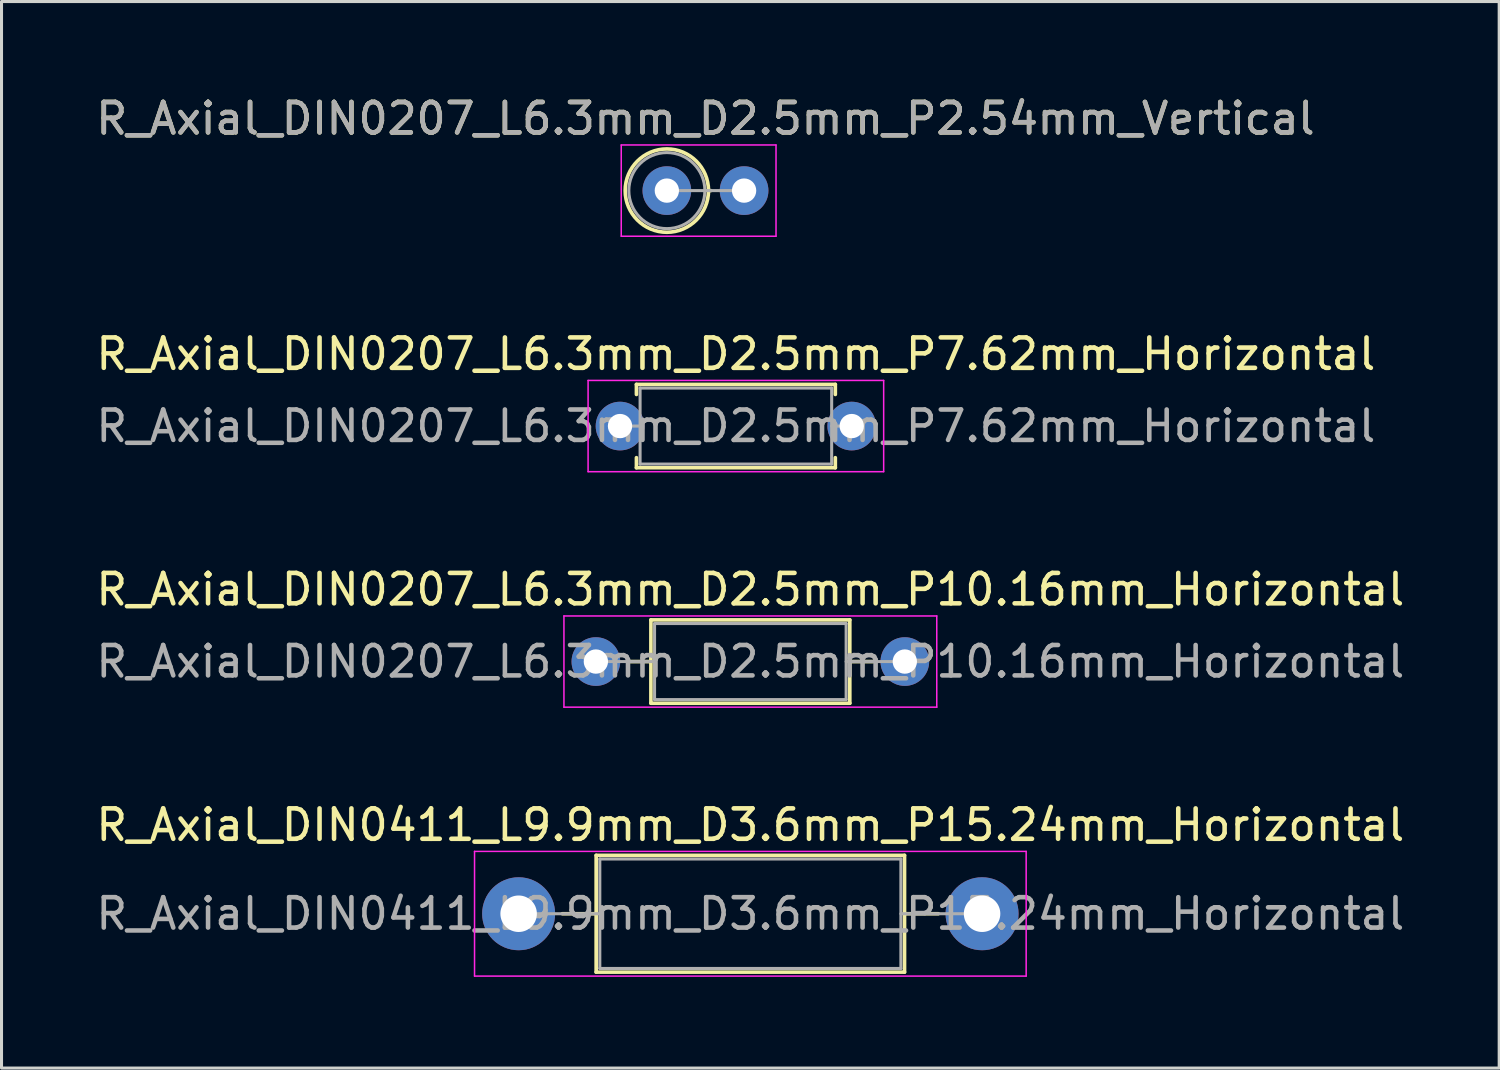
<source format=kicad_pcb>
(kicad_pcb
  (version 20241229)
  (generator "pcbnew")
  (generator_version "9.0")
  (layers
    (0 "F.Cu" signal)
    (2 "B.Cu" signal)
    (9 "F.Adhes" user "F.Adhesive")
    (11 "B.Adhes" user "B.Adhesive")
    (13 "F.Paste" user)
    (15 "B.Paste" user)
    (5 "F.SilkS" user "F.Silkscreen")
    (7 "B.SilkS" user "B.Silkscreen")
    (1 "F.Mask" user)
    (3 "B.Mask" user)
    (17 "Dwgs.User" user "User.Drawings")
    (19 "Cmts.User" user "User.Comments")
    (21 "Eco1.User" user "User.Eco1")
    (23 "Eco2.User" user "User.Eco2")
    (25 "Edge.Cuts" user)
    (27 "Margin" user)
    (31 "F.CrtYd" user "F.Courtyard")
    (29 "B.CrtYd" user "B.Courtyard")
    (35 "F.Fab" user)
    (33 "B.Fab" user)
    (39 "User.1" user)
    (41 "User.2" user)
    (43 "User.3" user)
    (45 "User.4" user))
  (footprint "R_Axial_DIN0411_L9.9mm_D3.6mm_P15.24mm_Horizontal"
    (layer "F.Cu")
    (at 21.625 26.998)
    (property "Reference" "R_Axial_DIN0411_L9.9mm_D3.6mm_P15.24mm_Horizontal" (at 0 -2.92 0) (layer "F.SilkS") (effects (font (size 1 1) (thickness 0.15))))
    (attr through_hole)
    (fp_line (start -6.18 0) (end -5.07 0) (stroke (width 0.12) (type solid)) (layer "F.SilkS"))
    (fp_line (start -5.07 -1.92) (end -5.07 1.92) (stroke (width 0.12) (type solid)) (layer "F.SilkS"))
    (fp_line (start -5.07 1.92) (end 5.07 1.92) (stroke (width 0.12) (type solid)) (layer "F.SilkS"))
    (fp_line (start 5.07 -1.92) (end -5.07 -1.92) (stroke (width 0.12) (type solid)) (layer "F.SilkS"))
    (fp_line (start 5.07 1.92) (end 5.07 -1.92) (stroke (width 0.12) (type solid)) (layer "F.SilkS"))
    (fp_line (start 6.18 0) (end 5.07 0) (stroke (width 0.12) (type solid)) (layer "F.SilkS"))
    (fp_line (start -9.07 -2.05) (end -9.07 2.05) (stroke (width 0.05) (type solid)) (layer "F.CrtYd"))
    (fp_line (start -9.07 2.05) (end 9.07 2.05) (stroke (width 0.05) (type solid)) (layer "F.CrtYd"))
    (fp_line (start 9.07 -2.05) (end -9.07 -2.05) (stroke (width 0.05) (type solid)) (layer "F.CrtYd"))
    (fp_line (start 9.07 2.05) (end 9.07 -2.05) (stroke (width 0.05) (type solid)) (layer "F.CrtYd"))
    (fp_line (start -7.62 0) (end -4.95 0) (stroke (width 0.1) (type solid)) (layer "F.Fab"))
    (fp_line (start -4.95 -1.8) (end -4.95 1.8) (stroke (width 0.1) (type solid)) (layer "F.Fab"))
    (fp_line (start -4.95 1.8) (end 4.95 1.8) (stroke (width 0.1) (type solid)) (layer "F.Fab"))
    (fp_line (start 4.95 -1.8) (end -4.95 -1.8) (stroke (width 0.1) (type solid)) (layer "F.Fab"))
    (fp_line (start 4.95 1.8) (end 4.95 -1.8) (stroke (width 0.1) (type solid)) (layer "F.Fab"))
    (fp_line (start 7.62 0) (end 4.95 0) (stroke (width 0.1) (type solid)) (layer "F.Fab"))
    (fp_text user "${REFERENCE}" (at 0 0 0) (layer "F.Fab") (effects (font (size 1 1) (thickness 0.15))))
    (pad "1" thru_hole circle (at -7.62 0) (size 2.4 2.4) (drill 1.2) (layers "*.Cu" "*.Mask"))
    (pad "2" thru_hole oval (at 7.62 0) (size 2.4 2.4) (drill 1.2) (layers "*.Cu" "*.Mask")))
  (footprint "R_Axial_DIN0207_L6.3mm_D2.5mm_P7.62mm_Horizontal"
    (layer "F.Cu")
    (at 21.149 10.961)
    (property "Reference" "R_Axial_DIN0207_L6.3mm_D2.5mm_P7.62mm_Horizontal" (at 0 -2.37 0) (layer "F.SilkS") (effects (font (size 1 1) (thickness 0.15))))
    (attr through_hole)
    (fp_line (start -3.27 -1.37) (end 3.27 -1.37) (stroke (width 0.12) (type solid)) (layer "F.SilkS"))
    (fp_line (start -3.27 -1.04) (end -3.27 -1.37) (stroke (width 0.12) (type solid)) (layer "F.SilkS"))
    (fp_line (start -3.27 1.04) (end -3.27 1.37) (stroke (width 0.12) (type solid)) (layer "F.SilkS"))
    (fp_line (start -3.27 1.37) (end 3.27 1.37) (stroke (width 0.12) (type solid)) (layer "F.SilkS"))
    (fp_line (start 3.27 -1.37) (end 3.27 -1.04) (stroke (width 0.12) (type solid)) (layer "F.SilkS"))
    (fp_line (start 3.27 1.37) (end 3.27 1.04) (stroke (width 0.12) (type solid)) (layer "F.SilkS"))
    (fp_line (start -4.86 -1.5) (end -4.86 1.5) (stroke (width 0.05) (type solid)) (layer "F.CrtYd"))
    (fp_line (start -4.86 1.5) (end 4.86 1.5) (stroke (width 0.05) (type solid)) (layer "F.CrtYd"))
    (fp_line (start 4.86 -1.5) (end -4.86 -1.5) (stroke (width 0.05) (type solid)) (layer "F.CrtYd"))
    (fp_line (start 4.86 1.5) (end 4.86 -1.5) (stroke (width 0.05) (type solid)) (layer "F.CrtYd"))
    (fp_line (start -3.81 0) (end -3.15 0) (stroke (width 0.1) (type solid)) (layer "F.Fab"))
    (fp_line (start -3.15 -1.25) (end -3.15 1.25) (stroke (width 0.1) (type solid)) (layer "F.Fab"))
    (fp_line (start -3.15 1.25) (end 3.15 1.25) (stroke (width 0.1) (type solid)) (layer "F.Fab"))
    (fp_line (start 3.15 -1.25) (end -3.15 -1.25) (stroke (width 0.1) (type solid)) (layer "F.Fab"))
    (fp_line (start 3.15 1.25) (end 3.15 -1.25) (stroke (width 0.1) (type solid)) (layer "F.Fab"))
    (fp_line (start 3.81 0) (end 3.15 0) (stroke (width 0.1) (type solid)) (layer "F.Fab"))
    (fp_text user "${REFERENCE}" (at 0 0 0) (layer "F.Fab") (effects (font (size 1 1) (thickness 0.15))))
    (pad "1" thru_hole circle (at -3.81 0) (size 1.6 1.6) (drill 0.8) (layers "*.Cu" "*.Mask"))
    (pad "2" thru_hole oval (at 3.81 0) (size 1.6 1.6) (drill 0.8) (layers "*.Cu" "*.Mask")))
  (footprint "R_Axial_DIN0207_L6.3mm_D2.5mm_P2.54mm_Vertical"
    (layer "F.Cu")
    (at 20.149 3.218)
    (property "Reference" "R_Axial_DIN0207_L6.3mm_D2.5mm_P2.54mm_Vertical" (at 0 -2.37 0) (layer "F.SilkS") (effects (font (size 1 1) (thickness 0.15))))
    (attr through_hole)
    (fp_line (start 0.1 0) (end 0.17 0) (stroke (width 0.12) (type solid)) (layer "F.SilkS"))
    (fp_circle (center -1.27 0) (end 0.1 0) (stroke (width 0.12) (type solid)) (fill no) (layer "F.SilkS"))
    (fp_line (start -2.77 -1.5) (end -2.77 1.5) (stroke (width 0.05) (type solid)) (layer "F.CrtYd"))
    (fp_line (start -2.77 1.5) (end 2.32 1.5) (stroke (width 0.05) (type solid)) (layer "F.CrtYd"))
    (fp_line (start 2.32 -1.5) (end -2.77 -1.5) (stroke (width 0.05) (type solid)) (layer "F.CrtYd"))
    (fp_line (start 2.32 1.5) (end 2.32 -1.5) (stroke (width 0.05) (type solid)) (layer "F.CrtYd"))
    (fp_line (start -1.27 0) (end 1.27 0) (stroke (width 0.1) (type solid)) (layer "F.Fab"))
    (fp_circle (center -1.27 0) (end -0.02 0) (stroke (width 0.1) (type solid)) (fill no) (layer "F.Fab"))
    (fp_text user "${REFERENCE}" (at 0 -2.37 0) (layer "F.Fab") (effects (font (size 1 1) (thickness 0.15))))
    (pad "1" thru_hole circle (at -1.27 0) (size 1.6 1.6) (drill 0.8) (layers "*.Cu" "*.Mask"))
    (pad "2" thru_hole oval (at 1.27 0) (size 1.6 1.6) (drill 0.8) (layers "*.Cu" "*.Mask")))
  (footprint "R_Axial_DIN0207_L6.3mm_D2.5mm_P10.16mm_Horizontal"
    (layer "F.Cu")
    (at 21.625 18.705)
    (property "Reference" "R_Axial_DIN0207_L6.3mm_D2.5mm_P10.16mm_Horizontal" (at 0 -2.37 0) (layer "F.SilkS") (effects (font (size 1 1) (thickness 0.15))))
    (attr through_hole)
    (fp_line (start -4.04 0) (end -3.27 0) (stroke (width 0.12) (type solid)) (layer "F.SilkS"))
    (fp_line (start -3.27 -1.37) (end -3.27 1.37) (stroke (width 0.12) (type solid)) (layer "F.SilkS"))
    (fp_line (start -3.27 1.37) (end 3.27 1.37) (stroke (width 0.12) (type solid)) (layer "F.SilkS"))
    (fp_line (start 3.27 -1.37) (end -3.27 -1.37) (stroke (width 0.12) (type solid)) (layer "F.SilkS"))
    (fp_line (start 3.27 1.37) (end 3.27 -1.37) (stroke (width 0.12) (type solid)) (layer "F.SilkS"))
    (fp_line (start 4.04 0) (end 3.27 0) (stroke (width 0.12) (type solid)) (layer "F.SilkS"))
    (fp_line (start -6.13 -1.5) (end -6.13 1.5) (stroke (width 0.05) (type solid)) (layer "F.CrtYd"))
    (fp_line (start -6.13 1.5) (end 6.13 1.5) (stroke (width 0.05) (type solid)) (layer "F.CrtYd"))
    (fp_line (start 6.13 -1.5) (end -6.13 -1.5) (stroke (width 0.05) (type solid)) (layer "F.CrtYd"))
    (fp_line (start 6.13 1.5) (end 6.13 -1.5) (stroke (width 0.05) (type solid)) (layer "F.CrtYd"))
    (fp_line (start -5.08 0) (end -3.15 0) (stroke (width 0.1) (type solid)) (layer "F.Fab"))
    (fp_line (start -3.15 -1.25) (end -3.15 1.25) (stroke (width 0.1) (type solid)) (layer "F.Fab"))
    (fp_line (start -3.15 1.25) (end 3.15 1.25) (stroke (width 0.1) (type solid)) (layer "F.Fab"))
    (fp_line (start 3.15 -1.25) (end -3.15 -1.25) (stroke (width 0.1) (type solid)) (layer "F.Fab"))
    (fp_line (start 3.15 1.25) (end 3.15 -1.25) (stroke (width 0.1) (type solid)) (layer "F.Fab"))
    (fp_line (start 5.08 0) (end 3.15 0) (stroke (width 0.1) (type solid)) (layer "F.Fab"))
    (fp_text user "${REFERENCE}" (at 0 0 0) (layer "F.Fab") (effects (font (size 1 1) (thickness 0.15))))
    (pad "1" thru_hole circle (at -5.08 0) (size 1.6 1.6) (drill 0.8) (layers "*.Cu" "*.Mask"))
    (pad "2" thru_hole oval (at 5.08 0) (size 1.6 1.6) (drill 0.8) (layers "*.Cu" "*.Mask")))
  (gr_rect
    (start -3 -3)
    (end 46.25 32.073)
    (stroke (width 0.1) (type default))
    (fill no)
    (layer "Edge.Cuts")))
</source>
